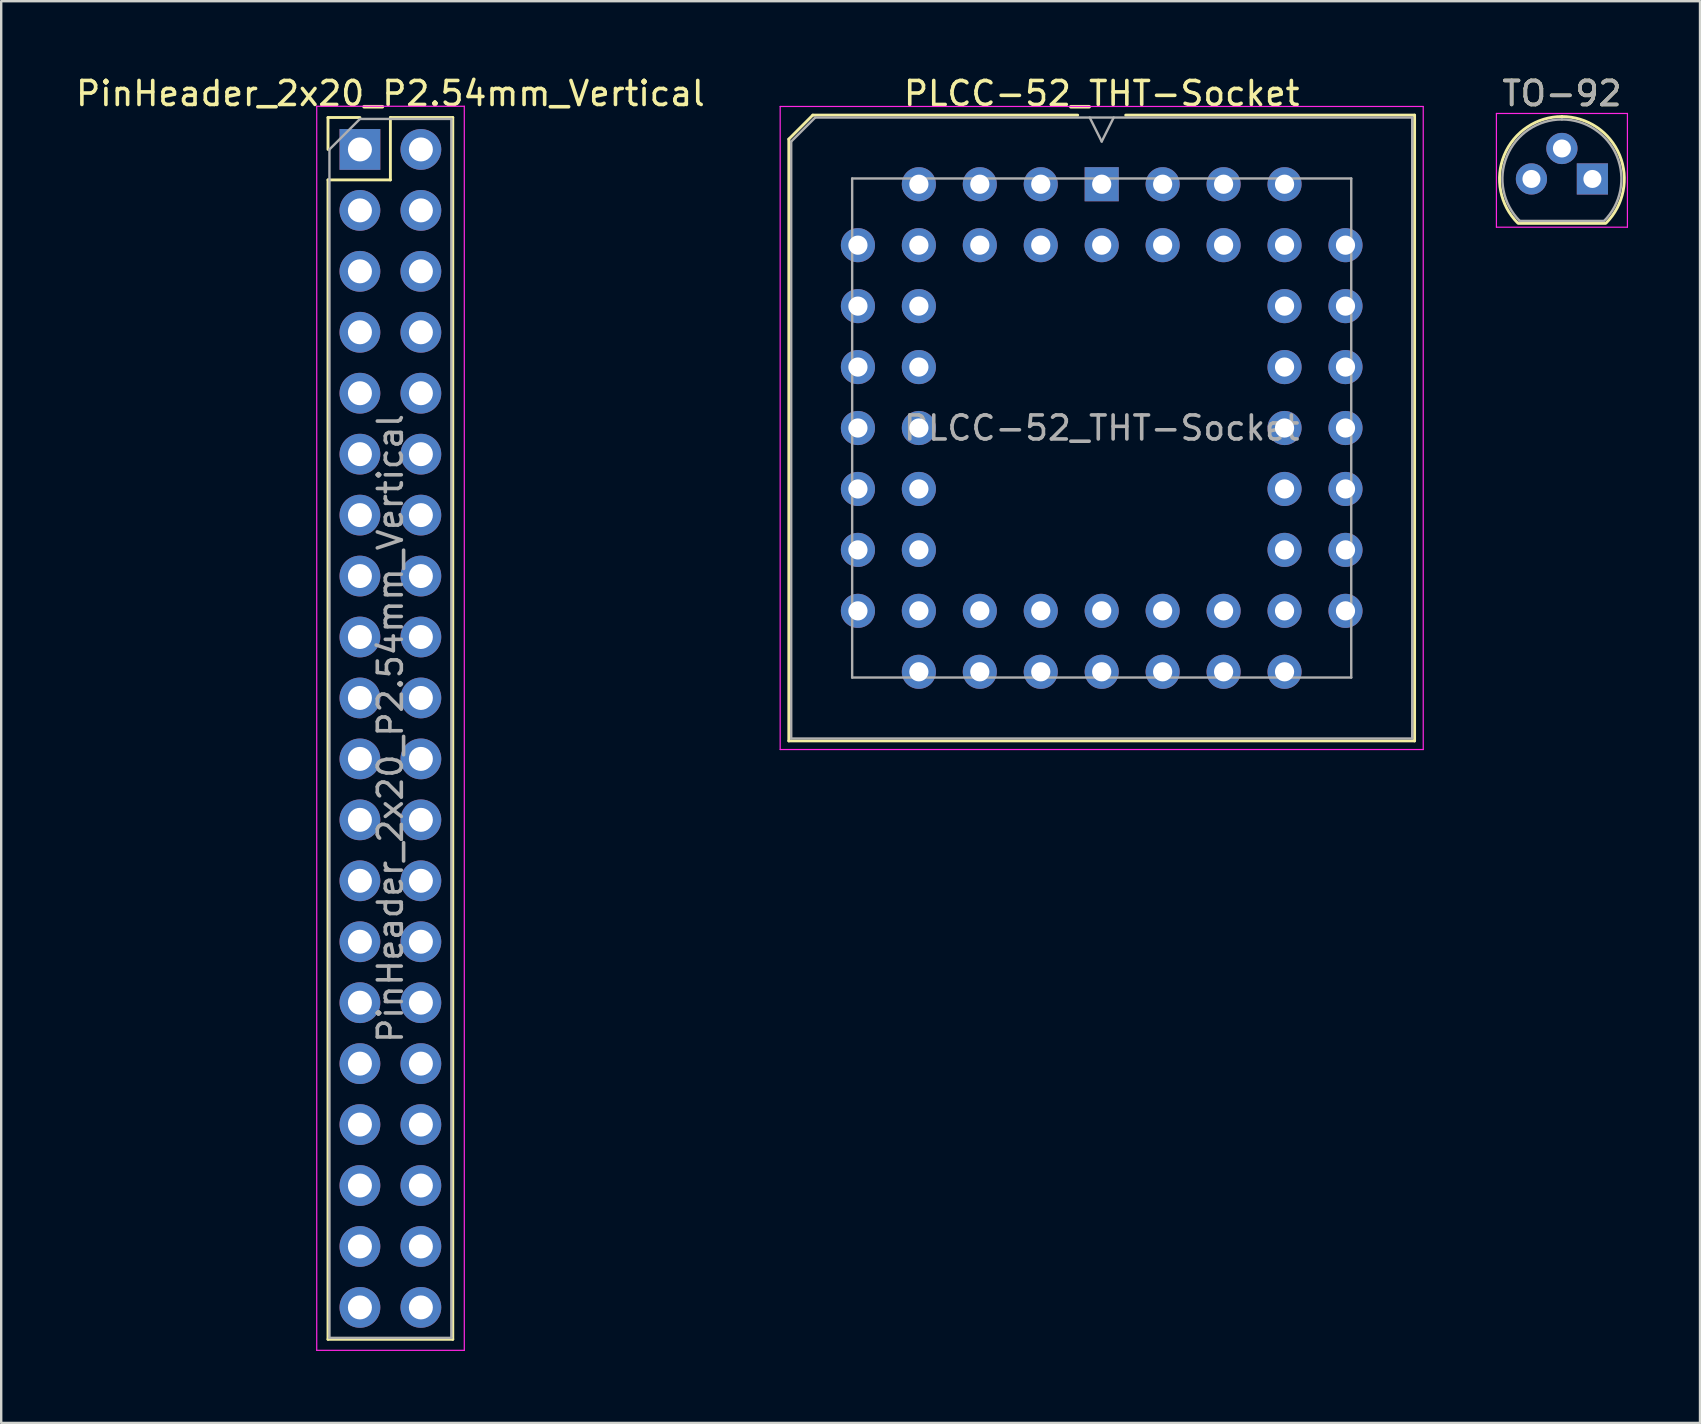
<source format=kicad_pcb>
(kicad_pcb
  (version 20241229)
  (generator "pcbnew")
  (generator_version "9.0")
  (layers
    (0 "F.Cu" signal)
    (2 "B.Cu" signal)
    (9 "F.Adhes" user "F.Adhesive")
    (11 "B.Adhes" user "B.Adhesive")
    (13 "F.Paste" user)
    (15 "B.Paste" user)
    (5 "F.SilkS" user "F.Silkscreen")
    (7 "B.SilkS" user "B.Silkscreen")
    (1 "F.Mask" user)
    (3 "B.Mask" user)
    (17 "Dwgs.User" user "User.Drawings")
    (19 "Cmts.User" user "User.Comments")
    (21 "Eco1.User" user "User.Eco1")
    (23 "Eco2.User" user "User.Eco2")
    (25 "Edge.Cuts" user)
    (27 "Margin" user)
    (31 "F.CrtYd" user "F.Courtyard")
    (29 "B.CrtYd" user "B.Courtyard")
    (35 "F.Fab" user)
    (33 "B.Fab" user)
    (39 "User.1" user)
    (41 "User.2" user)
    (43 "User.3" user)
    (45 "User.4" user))
  (footprint "PinHeader_2x20_P2.54mm_Vertical"
    (layer "F.Cu")
    (at 13.22 27.308)
    (property "Reference" "PinHeader_2x20_P2.54mm_Vertical" (at 0 -26.46 0) (layer "F.SilkS") (effects (font (size 1 1) (thickness 0.15))))
    (attr through_hole)
    (fp_line (start -2.6 -25.46) (end -1.27 -25.46) (stroke (width 0.12) (type solid)) (layer "F.SilkS"))
    (fp_line (start -2.6 -24.13) (end -2.6 -25.46) (stroke (width 0.12) (type solid)) (layer "F.SilkS"))
    (fp_line (start -2.6 -22.86) (end -2.6 25.46) (stroke (width 0.12) (type solid)) (layer "F.SilkS"))
    (fp_line (start -2.6 -22.86) (end 0 -22.86) (stroke (width 0.12) (type solid)) (layer "F.SilkS"))
    (fp_line (start -2.6 25.46) (end 2.6 25.46) (stroke (width 0.12) (type solid)) (layer "F.SilkS"))
    (fp_line (start 0 -25.46) (end 2.6 -25.46) (stroke (width 0.12) (type solid)) (layer "F.SilkS"))
    (fp_line (start 0 -22.86) (end 0 -25.46) (stroke (width 0.12) (type solid)) (layer "F.SilkS"))
    (fp_line (start 2.6 -25.46) (end 2.6 25.46) (stroke (width 0.12) (type solid)) (layer "F.SilkS"))
    (fp_line (start -3.07 -25.93) (end -3.07 25.92) (stroke (width 0.05) (type solid)) (layer "F.CrtYd"))
    (fp_line (start -3.07 25.92) (end 3.08 25.92) (stroke (width 0.05) (type solid)) (layer "F.CrtYd"))
    (fp_line (start 3.08 -25.93) (end -3.07 -25.93) (stroke (width 0.05) (type solid)) (layer "F.CrtYd"))
    (fp_line (start 3.08 25.92) (end 3.08 -25.93) (stroke (width 0.05) (type solid)) (layer "F.CrtYd"))
    (fp_line (start -2.54 -24.13) (end -1.27 -25.4) (stroke (width 0.1) (type solid)) (layer "F.Fab"))
    (fp_line (start -2.54 25.4) (end -2.54 -24.13) (stroke (width 0.1) (type solid)) (layer "F.Fab"))
    (fp_line (start -1.27 -25.4) (end 2.54 -25.4) (stroke (width 0.1) (type solid)) (layer "F.Fab"))
    (fp_line (start 2.54 -25.4) (end 2.54 25.4) (stroke (width 0.1) (type solid)) (layer "F.Fab"))
    (fp_line (start 2.54 25.4) (end -2.54 25.4) (stroke (width 0.1) (type solid)) (layer "F.Fab"))
    (fp_text user "${REFERENCE}" (at 0 0 90) (layer "F.Fab") (effects (font (size 1 1) (thickness 0.15))))
    (pad "1" thru_hole rect (at -1.27 -24.13) (size 1.7 1.7) (drill 1) (layers "*.Cu" "*.Mask"))
    (pad "2" thru_hole oval (at 1.27 -24.13) (size 1.7 1.7) (drill 1) (layers "*.Cu" "*.Mask"))
    (pad "3" thru_hole oval (at -1.27 -21.59) (size 1.7 1.7) (drill 1) (layers "*.Cu" "*.Mask"))
    (pad "4" thru_hole oval (at 1.27 -21.59) (size 1.7 1.7) (drill 1) (layers "*.Cu" "*.Mask"))
    (pad "5" thru_hole oval (at -1.27 -19.05) (size 1.7 1.7) (drill 1) (layers "*.Cu" "*.Mask"))
    (pad "6" thru_hole oval (at 1.27 -19.05) (size 1.7 1.7) (drill 1) (layers "*.Cu" "*.Mask"))
    (pad "7" thru_hole oval (at -1.27 -16.51) (size 1.7 1.7) (drill 1) (layers "*.Cu" "*.Mask"))
    (pad "8" thru_hole oval (at 1.27 -16.51) (size 1.7 1.7) (drill 1) (layers "*.Cu" "*.Mask"))
    (pad "9" thru_hole oval (at -1.27 -13.97) (size 1.7 1.7) (drill 1) (layers "*.Cu" "*.Mask"))
    (pad "10" thru_hole oval (at 1.27 -13.97) (size 1.7 1.7) (drill 1) (layers "*.Cu" "*.Mask"))
    (pad "11" thru_hole oval (at -1.27 -11.43) (size 1.7 1.7) (drill 1) (layers "*.Cu" "*.Mask"))
    (pad "12" thru_hole oval (at 1.27 -11.43) (size 1.7 1.7) (drill 1) (layers "*.Cu" "*.Mask"))
    (pad "13" thru_hole oval (at -1.27 -8.89) (size 1.7 1.7) (drill 1) (layers "*.Cu" "*.Mask"))
    (pad "14" thru_hole oval (at 1.27 -8.89) (size 1.7 1.7) (drill 1) (layers "*.Cu" "*.Mask"))
    (pad "15" thru_hole oval (at -1.27 -6.35) (size 1.7 1.7) (drill 1) (layers "*.Cu" "*.Mask"))
    (pad "16" thru_hole oval (at 1.27 -6.35) (size 1.7 1.7) (drill 1) (layers "*.Cu" "*.Mask"))
    (pad "17" thru_hole oval (at -1.27 -3.81) (size 1.7 1.7) (drill 1) (layers "*.Cu" "*.Mask"))
    (pad "18" thru_hole oval (at 1.27 -3.81) (size 1.7 1.7) (drill 1) (layers "*.Cu" "*.Mask"))
    (pad "19" thru_hole oval (at -1.27 -1.27) (size 1.7 1.7) (drill 1) (layers "*.Cu" "*.Mask"))
    (pad "20" thru_hole oval (at 1.27 -1.27) (size 1.7 1.7) (drill 1) (layers "*.Cu" "*.Mask"))
    (pad "21" thru_hole oval (at -1.27 1.27) (size 1.7 1.7) (drill 1) (layers "*.Cu" "*.Mask"))
    (pad "22" thru_hole oval (at 1.27 1.27) (size 1.7 1.7) (drill 1) (layers "*.Cu" "*.Mask"))
    (pad "23" thru_hole oval (at -1.27 3.81) (size 1.7 1.7) (drill 1) (layers "*.Cu" "*.Mask"))
    (pad "24" thru_hole oval (at 1.27 3.81) (size 1.7 1.7) (drill 1) (layers "*.Cu" "*.Mask"))
    (pad "25" thru_hole oval (at -1.27 6.35) (size 1.7 1.7) (drill 1) (layers "*.Cu" "*.Mask"))
    (pad "26" thru_hole oval (at 1.27 6.35) (size 1.7 1.7) (drill 1) (layers "*.Cu" "*.Mask"))
    (pad "27" thru_hole oval (at -1.27 8.89) (size 1.7 1.7) (drill 1) (layers "*.Cu" "*.Mask"))
    (pad "28" thru_hole oval (at 1.27 8.89) (size 1.7 1.7) (drill 1) (layers "*.Cu" "*.Mask"))
    (pad "29" thru_hole oval (at -1.27 11.43) (size 1.7 1.7) (drill 1) (layers "*.Cu" "*.Mask"))
    (pad "30" thru_hole oval (at 1.27 11.43) (size 1.7 1.7) (drill 1) (layers "*.Cu" "*.Mask"))
    (pad "31" thru_hole oval (at -1.27 13.97) (size 1.7 1.7) (drill 1) (layers "*.Cu" "*.Mask"))
    (pad "32" thru_hole oval (at 1.27 13.97) (size 1.7 1.7) (drill 1) (layers "*.Cu" "*.Mask"))
    (pad "33" thru_hole oval (at -1.27 16.51) (size 1.7 1.7) (drill 1) (layers "*.Cu" "*.Mask"))
    (pad "34" thru_hole oval (at 1.27 16.51) (size 1.7 1.7) (drill 1) (layers "*.Cu" "*.Mask"))
    (pad "35" thru_hole oval (at -1.27 19.05) (size 1.7 1.7) (drill 1) (layers "*.Cu" "*.Mask"))
    (pad "36" thru_hole oval (at 1.27 19.05) (size 1.7 1.7) (drill 1) (layers "*.Cu" "*.Mask"))
    (pad "37" thru_hole oval (at -1.27 21.59) (size 1.7 1.7) (drill 1) (layers "*.Cu" "*.Mask"))
    (pad "38" thru_hole oval (at 1.27 21.59) (size 1.7 1.7) (drill 1) (layers "*.Cu" "*.Mask"))
    (pad "39" thru_hole oval (at -1.27 24.13) (size 1.7 1.7) (drill 1) (layers "*.Cu" "*.Mask"))
    (pad "40" thru_hole oval (at 1.27 24.13) (size 1.7 1.7) (drill 1) (layers "*.Cu" "*.Mask")))
  (footprint "PLCC-52_THT-Socket"
    (layer "F.Cu")
    (at 42.865 4.628)
    (property "Reference" "PLCC-52_THT-Socket" (at 0 -3.78 0) (layer "F.SilkS") (effects (font (size 1 1) (thickness 0.15))))
    (attr through_hole)
    (fp_line (start -13.04 -1.88) (end -13.04 23.2) (stroke (width 0.12) (type solid)) (layer "F.SilkS"))
    (fp_line (start -13.04 23.2) (end 13.04 23.2) (stroke (width 0.12) (type solid)) (layer "F.SilkS"))
    (fp_line (start -12.04 -2.88) (end -13.04 -1.88) (stroke (width 0.12) (type solid)) (layer "F.SilkS"))
    (fp_line (start -1 -2.88) (end -12.04 -2.88) (stroke (width 0.12) (type solid)) (layer "F.SilkS"))
    (fp_line (start 13.04 -2.88) (end 1 -2.88) (stroke (width 0.12) (type solid)) (layer "F.SilkS"))
    (fp_line (start 13.04 23.2) (end 13.04 -2.88) (stroke (width 0.12) (type solid)) (layer "F.SilkS"))
    (fp_line (start -13.4 -3.24) (end -13.4 23.56) (stroke (width 0.05) (type solid)) (layer "F.CrtYd"))
    (fp_line (start -13.4 23.56) (end 13.4 23.56) (stroke (width 0.05) (type solid)) (layer "F.CrtYd"))
    (fp_line (start 13.4 -3.24) (end -13.4 -3.24) (stroke (width 0.05) (type solid)) (layer "F.CrtYd"))
    (fp_line (start 13.4 23.56) (end 13.4 -3.24) (stroke (width 0.05) (type solid)) (layer "F.CrtYd"))
    (fp_line (start -12.94 -1.78) (end -12.94 23.1) (stroke (width 0.1) (type solid)) (layer "F.Fab"))
    (fp_line (start -12.94 23.1) (end 12.94 23.1) (stroke (width 0.1) (type solid)) (layer "F.Fab"))
    (fp_line (start -11.94 -2.78) (end -12.94 -1.78) (stroke (width 0.1) (type solid)) (layer "F.Fab"))
    (fp_line (start -10.4 -0.24) (end -10.4 20.56) (stroke (width 0.1) (type solid)) (layer "F.Fab"))
    (fp_line (start -10.4 20.56) (end 10.4 20.56) (stroke (width 0.1) (type solid)) (layer "F.Fab"))
    (fp_line (start -0.5 -2.78) (end 0 -1.78) (stroke (width 0.1) (type solid)) (layer "F.Fab"))
    (fp_line (start 0 -1.78) (end 0.5 -2.78) (stroke (width 0.1) (type solid)) (layer "F.Fab"))
    (fp_line (start 10.4 -0.24) (end -10.4 -0.24) (stroke (width 0.1) (type solid)) (layer "F.Fab"))
    (fp_line (start 10.4 20.56) (end 10.4 -0.24) (stroke (width 0.1) (type solid)) (layer "F.Fab"))
    (fp_line (start 12.94 -2.78) (end -11.94 -2.78) (stroke (width 0.1) (type solid)) (layer "F.Fab"))
    (fp_line (start 12.94 23.1) (end 12.94 -2.78) (stroke (width 0.1) (type solid)) (layer "F.Fab"))
    (fp_text user "${REFERENCE}" (at 0 10.16 0) (layer "F.Fab") (effects (font (size 1 1) (thickness 0.15))))
    (pad "1" thru_hole rect (at 0 0) (size 1.422 1.422) (drill 0.8) (layers "*.Cu" "*.Mask"))
    (pad "2" thru_hole circle (at 0 2.54) (size 1.422 1.422) (drill 0.8) (layers "*.Cu" "*.Mask"))
    (pad "3" thru_hole circle (at -2.54 0) (size 1.422 1.422) (drill 0.8) (layers "*.Cu" "*.Mask"))
    (pad "4" thru_hole circle (at -2.54 2.54) (size 1.422 1.422) (drill 0.8) (layers "*.Cu" "*.Mask"))
    (pad "5" thru_hole circle (at -5.08 0) (size 1.422 1.422) (drill 0.8) (layers "*.Cu" "*.Mask"))
    (pad "6" thru_hole circle (at -5.08 2.54) (size 1.422 1.422) (drill 0.8) (layers "*.Cu" "*.Mask"))
    (pad "7" thru_hole circle (at -7.62 0) (size 1.422 1.422) (drill 0.8) (layers "*.Cu" "*.Mask"))
    (pad "8" thru_hole circle (at -10.16 2.54) (size 1.422 1.422) (drill 0.8) (layers "*.Cu" "*.Mask"))
    (pad "9" thru_hole circle (at -7.62 2.54) (size 1.422 1.422) (drill 0.8) (layers "*.Cu" "*.Mask"))
    (pad "10" thru_hole circle (at -10.16 5.08) (size 1.422 1.422) (drill 0.8) (layers "*.Cu" "*.Mask"))
    (pad "11" thru_hole circle (at -7.62 5.08) (size 1.422 1.422) (drill 0.8) (layers "*.Cu" "*.Mask"))
    (pad "12" thru_hole circle (at -10.16 7.62) (size 1.422 1.422) (drill 0.8) (layers "*.Cu" "*.Mask"))
    (pad "13" thru_hole circle (at -7.62 7.62) (size 1.422 1.422) (drill 0.8) (layers "*.Cu" "*.Mask"))
    (pad "14" thru_hole circle (at -10.16 10.16) (size 1.422 1.422) (drill 0.8) (layers "*.Cu" "*.Mask"))
    (pad "15" thru_hole circle (at -7.62 10.16) (size 1.422 1.422) (drill 0.8) (layers "*.Cu" "*.Mask"))
    (pad "16" thru_hole circle (at -10.16 12.7) (size 1.422 1.422) (drill 0.8) (layers "*.Cu" "*.Mask"))
    (pad "17" thru_hole circle (at -7.62 12.7) (size 1.422 1.422) (drill 0.8) (layers "*.Cu" "*.Mask"))
    (pad "18" thru_hole circle (at -10.16 15.24) (size 1.422 1.422) (drill 0.8) (layers "*.Cu" "*.Mask"))
    (pad "19" thru_hole circle (at -7.62 15.24) (size 1.422 1.422) (drill 0.8) (layers "*.Cu" "*.Mask"))
    (pad "20" thru_hole circle (at -10.16 17.78) (size 1.422 1.422) (drill 0.8) (layers "*.Cu" "*.Mask"))
    (pad "21" thru_hole circle (at -7.62 20.32) (size 1.422 1.422) (drill 0.8) (layers "*.Cu" "*.Mask"))
    (pad "22" thru_hole circle (at -7.62 17.78) (size 1.422 1.422) (drill 0.8) (layers "*.Cu" "*.Mask"))
    (pad "23" thru_hole circle (at -5.08 20.32) (size 1.422 1.422) (drill 0.8) (layers "*.Cu" "*.Mask"))
    (pad "24" thru_hole circle (at -5.08 17.78) (size 1.422 1.422) (drill 0.8) (layers "*.Cu" "*.Mask"))
    (pad "25" thru_hole circle (at -2.54 20.32) (size 1.422 1.422) (drill 0.8) (layers "*.Cu" "*.Mask"))
    (pad "26" thru_hole circle (at -2.54 17.78) (size 1.422 1.422) (drill 0.8) (layers "*.Cu" "*.Mask"))
    (pad "27" thru_hole circle (at 0 20.32) (size 1.422 1.422) (drill 0.8) (layers "*.Cu" "*.Mask"))
    (pad "28" thru_hole circle (at 0 17.78) (size 1.422 1.422) (drill 0.8) (layers "*.Cu" "*.Mask"))
    (pad "29" thru_hole circle (at 2.54 20.32) (size 1.422 1.422) (drill 0.8) (layers "*.Cu" "*.Mask"))
    (pad "30" thru_hole circle (at 2.54 17.78) (size 1.422 1.422) (drill 0.8) (layers "*.Cu" "*.Mask"))
    (pad "31" thru_hole circle (at 5.08 20.32) (size 1.422 1.422) (drill 0.8) (layers "*.Cu" "*.Mask"))
    (pad "32" thru_hole circle (at 5.08 17.78) (size 1.422 1.422) (drill 0.8) (layers "*.Cu" "*.Mask"))
    (pad "33" thru_hole circle (at 7.62 20.32) (size 1.422 1.422) (drill 0.8) (layers "*.Cu" "*.Mask"))
    (pad "34" thru_hole circle (at 10.16 17.78) (size 1.422 1.422) (drill 0.8) (layers "*.Cu" "*.Mask"))
    (pad "35" thru_hole circle (at 7.62 17.78) (size 1.422 1.422) (drill 0.8) (layers "*.Cu" "*.Mask"))
    (pad "36" thru_hole circle (at 10.16 15.24) (size 1.422 1.422) (drill 0.8) (layers "*.Cu" "*.Mask"))
    (pad "37" thru_hole circle (at 7.62 15.24) (size 1.422 1.422) (drill 0.8) (layers "*.Cu" "*.Mask"))
    (pad "38" thru_hole circle (at 10.16 12.7) (size 1.422 1.422) (drill 0.8) (layers "*.Cu" "*.Mask"))
    (pad "39" thru_hole circle (at 7.62 12.7) (size 1.422 1.422) (drill 0.8) (layers "*.Cu" "*.Mask"))
    (pad "40" thru_hole circle (at 10.16 10.16) (size 1.422 1.422) (drill 0.8) (layers "*.Cu" "*.Mask"))
    (pad "41" thru_hole circle (at 7.62 10.16) (size 1.422 1.422) (drill 0.8) (layers "*.Cu" "*.Mask"))
    (pad "42" thru_hole circle (at 10.16 7.62) (size 1.422 1.422) (drill 0.8) (layers "*.Cu" "*.Mask"))
    (pad "43" thru_hole circle (at 7.62 7.62) (size 1.422 1.422) (drill 0.8) (layers "*.Cu" "*.Mask"))
    (pad "44" thru_hole circle (at 10.16 5.08) (size 1.422 1.422) (drill 0.8) (layers "*.Cu" "*.Mask"))
    (pad "45" thru_hole circle (at 7.62 5.08) (size 1.422 1.422) (drill 0.8) (layers "*.Cu" "*.Mask"))
    (pad "46" thru_hole circle (at 10.16 2.54) (size 1.422 1.422) (drill 0.8) (layers "*.Cu" "*.Mask"))
    (pad "47" thru_hole circle (at 7.62 0) (size 1.422 1.422) (drill 0.8) (layers "*.Cu" "*.Mask"))
    (pad "48" thru_hole circle (at 7.62 2.54) (size 1.422 1.422) (drill 0.8) (layers "*.Cu" "*.Mask"))
    (pad "49" thru_hole circle (at 5.08 0) (size 1.422 1.422) (drill 0.8) (layers "*.Cu" "*.Mask"))
    (pad "50" thru_hole circle (at 5.08 2.54) (size 1.422 1.422) (drill 0.8) (layers "*.Cu" "*.Mask"))
    (pad "51" thru_hole circle (at 2.54 0) (size 1.422 1.422) (drill 0.8) (layers "*.Cu" "*.Mask"))
    (pad "52" thru_hole circle (at 2.54 2.54) (size 1.422 1.422) (drill 0.8) (layers "*.Cu" "*.Mask")))
  (footprint "TO-92"
    (layer "F.Cu")
    (at 60.775 4.408)
    (property "Reference" "TO-92" (at 1.27 -3.56 0) (layer "F.SilkS") (effects (font (size 1 1) (thickness 0.15))))
    (attr through_hole)
    (fp_line (start -0.53 1.85) (end 3.07 1.85) (stroke (width 0.12) (type solid)) (layer "F.SilkS"))
    (fp_arc (start -0.568478 1.838478) (mid -1.132087 -0.994977) (end 1.27 -2.6) (stroke (width 0.12) (type solid)) (layer "F.SilkS"))
    (fp_arc (start 1.27 -2.6) (mid 3.672087 -0.994977) (end 3.108478 1.838478) (stroke (width 0.12) (type solid)) (layer "F.SilkS"))
    (fp_line (start -1.46 -2.73) (end -1.46 2.01) (stroke (width 0.05) (type solid)) (layer "F.CrtYd"))
    (fp_line (start -1.46 -2.73) (end 4 -2.73) (stroke (width 0.05) (type solid)) (layer "F.CrtYd"))
    (fp_line (start 4 2.01) (end -1.46 2.01) (stroke (width 0.05) (type solid)) (layer "F.CrtYd"))
    (fp_line (start 4 2.01) (end 4 -2.73) (stroke (width 0.05) (type solid)) (layer "F.CrtYd"))
    (fp_line (start -0.5 1.75) (end 3 1.75) (stroke (width 0.1) (type solid)) (layer "F.Fab"))
    (fp_arc (start -0.483625 1.753625) (mid -1.021221 -0.949055) (end 1.27 -2.48) (stroke (width 0.1) (type solid)) (layer "F.Fab"))
    (fp_arc (start 1.27 -2.48) (mid 3.561221 -0.949055) (end 3.023625 1.753625) (stroke (width 0.1) (type solid)) (layer "F.Fab"))
    (fp_text user "${REFERENCE}" (at 1.27 -3.56 0) (layer "F.Fab") (effects (font (size 1 1) (thickness 0.15))))
    (pad "1" thru_hole rect (at 2.54 0 90) (size 1.3 1.3) (drill 0.75) (layers "*.Cu" "*.Mask"))
    (pad "2" thru_hole circle (at 1.27 -1.27 90) (size 1.3 1.3) (drill 0.75) (layers "*.Cu" "*.Mask"))
    (pad "3" thru_hole circle (at 0 0 90) (size 1.3 1.3) (drill 0.75) (layers "*.Cu" "*.Mask")))
  (gr_rect
    (start -3 -3)
    (end 67.8 56.253)
    (stroke (width 0.1) (type default))
    (fill no)
    (layer "Edge.Cuts")))
</source>
